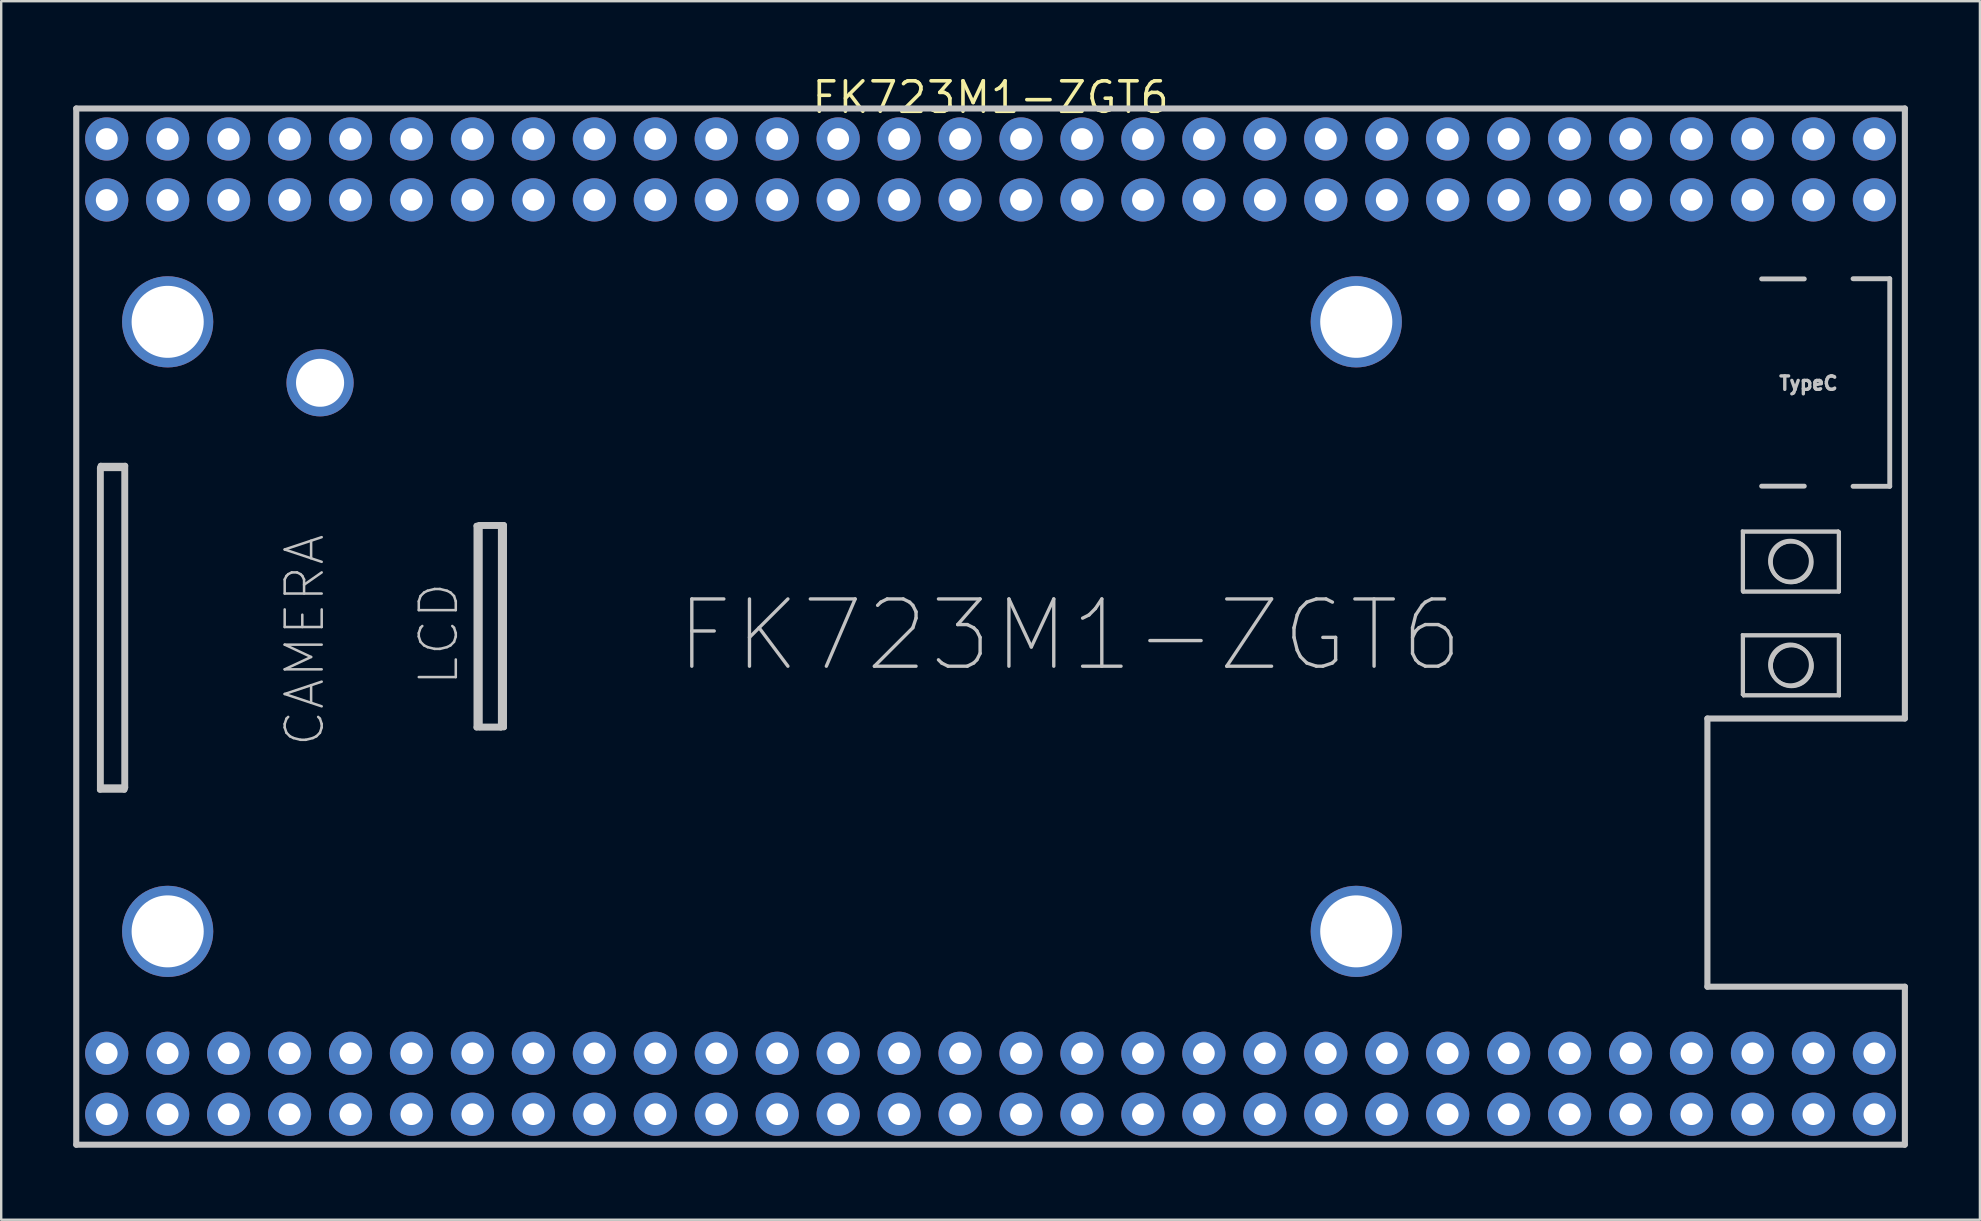
<source format=kicad_pcb>
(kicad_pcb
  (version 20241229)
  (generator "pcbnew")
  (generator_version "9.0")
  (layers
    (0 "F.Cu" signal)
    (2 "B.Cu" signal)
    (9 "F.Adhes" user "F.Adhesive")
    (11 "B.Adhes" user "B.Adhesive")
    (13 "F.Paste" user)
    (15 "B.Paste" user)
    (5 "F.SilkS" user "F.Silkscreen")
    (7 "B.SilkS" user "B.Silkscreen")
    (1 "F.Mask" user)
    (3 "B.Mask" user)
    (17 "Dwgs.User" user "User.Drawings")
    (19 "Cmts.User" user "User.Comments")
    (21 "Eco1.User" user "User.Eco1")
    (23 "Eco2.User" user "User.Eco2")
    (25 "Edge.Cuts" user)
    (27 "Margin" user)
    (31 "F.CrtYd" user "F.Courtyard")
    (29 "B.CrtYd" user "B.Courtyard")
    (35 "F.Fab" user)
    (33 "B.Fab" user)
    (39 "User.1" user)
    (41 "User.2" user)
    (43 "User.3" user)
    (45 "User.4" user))
  (footprint "FK723M1-ZGT6"
    (layer "F.Cu")
    (at 38.227 23.061)
    (property "Reference" "FK723M1-ZGT6" (at 0 -22.055 0) (layer "F.SilkS") (effects (font (size 1.27 1.27) (thickness 0.15))))
    (fp_line (start -38.1 -21.589) (end 38.101 -21.589) (stroke (width 0.254) (type default)) (layer "Dwgs.User"))
    (fp_line (start -38.1 21.59) (end -38.1 -21.589) (stroke (width 0.254) (type default)) (layer "Dwgs.User"))
    (fp_line (start -38.097 21.59) (end 38.088 21.59) (stroke (width 0.254) (type default)) (layer "Dwgs.User"))
    (fp_line (start -37.111 -6.605) (end -36.095 -6.605) (stroke (width 0.254) (type default)) (layer "Dwgs.User"))
    (fp_line (start -37.111 6.795) (end -37.111 -6.605) (stroke (width 0.254) (type default)) (layer "Dwgs.User"))
    (fp_line (start -37.078 -6.699) (end -37.078 6.701) (stroke (width 0.254) (type default)) (layer "Dwgs.User"))
    (fp_line (start -37.078 6.701) (end -36.062 6.701) (stroke (width 0.254) (type default)) (layer "Dwgs.User"))
    (fp_line (start -36.095 -6.605) (end -36.095 6.795) (stroke (width 0.254) (type default)) (layer "Dwgs.User"))
    (fp_line (start -36.095 6.795) (end -37.111 6.795) (stroke (width 0.254) (type default)) (layer "Dwgs.User"))
    (fp_line (start -36.062 -6.699) (end -37.078 -6.699) (stroke (width 0.254) (type default)) (layer "Dwgs.User"))
    (fp_line (start -36.062 6.701) (end -36.062 -6.699) (stroke (width 0.254) (type default)) (layer "Dwgs.User"))
    (fp_line (start -21.418 -4.199) (end -20.402 -4.199) (stroke (width 0.254) (type default)) (layer "Dwgs.User"))
    (fp_line (start -21.418 4.201) (end -21.418 -4.199) (stroke (width 0.254) (type default)) (layer "Dwgs.User"))
    (fp_line (start -21.303 -4.232) (end -20.287 -4.232) (stroke (width 0.254) (type default)) (layer "Dwgs.User"))
    (fp_line (start -21.303 4.168) (end -21.303 -4.232) (stroke (width 0.254) (type default)) (layer "Dwgs.User"))
    (fp_line (start -21.295 -4.208) (end -20.279 -4.208) (stroke (width 0.254) (type default)) (layer "Dwgs.User"))
    (fp_line (start -21.295 4.192) (end -21.295 -4.208) (stroke (width 0.254) (type default)) (layer "Dwgs.User"))
    (fp_line (start -20.402 -4.199) (end -20.402 4.201) (stroke (width 0.254) (type default)) (layer "Dwgs.User"))
    (fp_line (start -20.402 4.201) (end -21.418 4.201) (stroke (width 0.254) (type default)) (layer "Dwgs.User"))
    (fp_line (start -20.287 -4.232) (end -20.287 4.168) (stroke (width 0.254) (type default)) (layer "Dwgs.User"))
    (fp_line (start -20.287 4.168) (end -21.303 4.168) (stroke (width 0.254) (type default)) (layer "Dwgs.User"))
    (fp_line (start -20.279 -4.208) (end -20.279 4.192) (stroke (width 0.254) (type default)) (layer "Dwgs.User"))
    (fp_line (start -20.279 4.192) (end -21.295 4.192) (stroke (width 0.254) (type default)) (layer "Dwgs.User"))
    (fp_line (start 29.872 3.831) (end 29.872 15.006) (stroke (width 0.254) (type default)) (layer "Dwgs.User"))
    (fp_line (start 29.872 15.006) (end 38.101 15.006) (stroke (width 0.254) (type default)) (layer "Dwgs.User"))
    (fp_line (start 31.325 -3.988) (end 31.325 -1.488) (stroke (width 0.127) (type default)) (layer "Dwgs.User"))
    (fp_line (start 31.325 -1.488) (end 35.325 -1.488) (stroke (width 0.127) (type default)) (layer "Dwgs.User"))
    (fp_line (start 31.325 0.336) (end 35.325 0.336) (stroke (width 0.127) (type default)) (layer "Dwgs.User"))
    (fp_line (start 31.325 2.836) (end 31.325 0.336) (stroke (width 0.127) (type default)) (layer "Dwgs.User"))
    (fp_line (start 31.35 -3.939) (end 35.35 -3.939) (stroke (width 0.127) (type default)) (layer "Dwgs.User"))
    (fp_line (start 31.35 -1.439) (end 31.35 -3.939) (stroke (width 0.127) (type default)) (layer "Dwgs.User"))
    (fp_line (start 31.375 0.39) (end 35.375 0.39) (stroke (width 0.127) (type default)) (layer "Dwgs.User"))
    (fp_line (start 31.375 2.89) (end 31.375 0.39) (stroke (width 0.127) (type default)) (layer "Dwgs.User"))
    (fp_line (start 31.376 -3.948) (end 31.376 -1.448) (stroke (width 0.127) (type default)) (layer "Dwgs.User"))
    (fp_line (start 31.376 -1.448) (end 35.376 -1.448) (stroke (width 0.127) (type default)) (layer "Dwgs.User"))
    (fp_line (start 31.376 0.37) (end 35.376 0.37) (stroke (width 0.127) (type default)) (layer "Dwgs.User"))
    (fp_line (start 31.376 2.87) (end 31.376 0.37) (stroke (width 0.127) (type default)) (layer "Dwgs.User"))
    (fp_line (start 32.132 -14.489) (end 33.91 -14.489) (stroke (width 0.203) (type default)) (layer "Dwgs.User"))
    (fp_line (start 32.132 -5.853) (end 33.91 -5.853) (stroke (width 0.203) (type default)) (layer "Dwgs.User"))
    (fp_line (start 35.325 -3.988) (end 31.325 -3.988) (stroke (width 0.127) (type default)) (layer "Dwgs.User"))
    (fp_line (start 35.325 -1.488) (end 35.325 -3.988) (stroke (width 0.127) (type default)) (layer "Dwgs.User"))
    (fp_line (start 35.325 0.336) (end 35.325 2.836) (stroke (width 0.127) (type default)) (layer "Dwgs.User"))
    (fp_line (start 35.325 2.836) (end 31.325 2.836) (stroke (width 0.127) (type default)) (layer "Dwgs.User"))
    (fp_line (start 35.35 -3.939) (end 35.35 -1.439) (stroke (width 0.127) (type default)) (layer "Dwgs.User"))
    (fp_line (start 35.35 -1.439) (end 31.35 -1.439) (stroke (width 0.127) (type default)) (layer "Dwgs.User"))
    (fp_line (start 35.375 0.39) (end 35.375 2.89) (stroke (width 0.127) (type default)) (layer "Dwgs.User"))
    (fp_line (start 35.375 2.89) (end 31.375 2.89) (stroke (width 0.127) (type default)) (layer "Dwgs.User"))
    (fp_line (start 35.376 -3.948) (end 31.376 -3.948) (stroke (width 0.127) (type default)) (layer "Dwgs.User"))
    (fp_line (start 35.376 -1.448) (end 35.376 -3.948) (stroke (width 0.127) (type default)) (layer "Dwgs.User"))
    (fp_line (start 35.376 0.37) (end 35.376 2.87) (stroke (width 0.127) (type default)) (layer "Dwgs.User"))
    (fp_line (start 35.376 2.87) (end 31.376 2.87) (stroke (width 0.127) (type default)) (layer "Dwgs.User"))
    (fp_line (start 35.941 -14.496) (end 37.47 -14.496) (stroke (width 0.203) (type default)) (layer "Dwgs.User"))
    (fp_line (start 37.47 -14.496) (end 37.47 -5.846) (stroke (width 0.203) (type default)) (layer "Dwgs.User"))
    (fp_line (start 37.47 -5.846) (end 35.941 -5.846) (stroke (width 0.203) (type default)) (layer "Dwgs.User"))
    (fp_line (start 38.101 3.827) (end 38.101 -21.589) (stroke (width 0.254) (type default)) (layer "Dwgs.User"))
    (fp_line (start 38.101 3.831) (end 29.872 3.831) (stroke (width 0.254) (type default)) (layer "Dwgs.User"))
    (fp_line (start 38.101 21.59) (end 38.101 15.009) (stroke (width 0.254) (type default)) (layer "Dwgs.User"))
    (fp_arc (start 34.175 -2.7335) (mid 32.474984 -2.74545) (end 34.175 -2.738) (stroke (width 0.15) (type default)) (layer "Dwgs.User"))
    (fp_arc (start 34.175 1.5908) (mid 32.474984 1.57885) (end 34.175 1.5863) (stroke (width 0.15) (type default)) (layer "Dwgs.User"))
    (fp_arc (start 34.1998 -2.6845) (mid 32.499797 -2.6867) (end 34.1998 -2.6889) (stroke (width 0.15) (type default)) (layer "Dwgs.User"))
    (fp_arc (start 34.2252 1.6444) (mid 32.525197 1.6422) (end 34.2252 1.64) (stroke (width 0.15) (type default)) (layer "Dwgs.User"))
    (fp_arc (start 34.2258 -2.6935) (mid 32.525797 -2.6957) (end 34.2258 -2.6979) (stroke (width 0.15) (type default)) (layer "Dwgs.User"))
    (fp_arc (start 34.2258 1.6245) (mid 32.525797 1.6223) (end 34.2258 1.6201) (stroke (width 0.15) (type default)) (layer "Dwgs.User"))
    (fp_text user "CAMERA" (at -29.482 5.08 90) (unlocked yes) (layer "Dwgs.User") (effects (font (size 1.542 1.542) (thickness 0.105)) (justify left top)))
    (fp_text user "TypeC" (at 32.791 -10.466 0) (unlocked yes) (layer "Dwgs.User") (effects (font (size 0.56 0.56) (thickness 0.175)) (justify left top)))
    (fp_text user "FK723M1-ZGT6" (at -13.208 -1.279 0) (unlocked yes) (layer "Dwgs.User") (effects (font (size 2.803 2.803) (thickness 0.14)) (justify left top)))
    (fp_text user "LCD" (at -23.894 2.54 90) (unlocked yes) (layer "Dwgs.User") (effects (font (size 1.542 1.542) (thickness 0.105)) (justify left top)))
    (pad "0" thru_hole oval (at -34.29 -12.7) (size 3.8 3.8) (drill oval 3.005 3) (layers "*.Cu" "*.Mask"))
    (pad "0" thru_hole oval (at -34.29 12.7) (size 3.8 3.8) (drill oval 3.005 3) (layers "*.Cu" "*.Mask"))
    (pad "0" thru_hole oval (at -27.94 -10.16) (size 2.8 2.8) (drill oval 2.005 2) (layers "*.Cu" "*.Mask"))
    (pad "0" thru_hole oval (at 15.24 -12.7) (size 3.8 3.8) (drill oval 3.005 3) (layers "*.Cu" "*.Mask"))
    (pad "0" thru_hole oval (at 15.24 12.7) (size 3.8 3.8) (drill oval 3.005 3) (layers "*.Cu" "*.Mask"))
    (pad "1" thru_hole oval (at 36.83 -20.32 180) (size 1.8 1.8) (drill oval 0.905 0.9) (layers "*.Cu" "*.Mask"))
    (pad "2" thru_hole oval (at 36.83 -17.78 180) (size 1.8 1.8) (drill oval 0.905 0.9) (layers "*.Cu" "*.Mask"))
    (pad "3" thru_hole oval (at 34.29 -20.32 180) (size 1.8 1.8) (drill oval 0.905 0.9) (layers "*.Cu" "*.Mask"))
    (pad "4" thru_hole oval (at 34.29 -17.78 180) (size 1.8 1.8) (drill oval 0.905 0.9) (layers "*.Cu" "*.Mask"))
    (pad "5" thru_hole oval (at 31.75 -20.32 180) (size 1.8 1.8) (drill oval 0.905 0.9) (layers "*.Cu" "*.Mask"))
    (pad "6" thru_hole oval (at 31.75 -17.78 180) (size 1.8 1.8) (drill oval 0.905 0.9) (layers "*.Cu" "*.Mask"))
    (pad "7" thru_hole oval (at 29.21 -20.32 180) (size 1.8 1.8) (drill oval 0.905 0.9) (layers "*.Cu" "*.Mask"))
    (pad "8" thru_hole oval (at 29.21 -17.78 180) (size 1.8 1.8) (drill oval 0.905 0.9) (layers "*.Cu" "*.Mask"))
    (pad "9" thru_hole oval (at 26.67 -20.32 180) (size 1.8 1.8) (drill oval 0.905 0.9) (layers "*.Cu" "*.Mask"))
    (pad "10" thru_hole oval (at 26.67 -17.78 180) (size 1.8 1.8) (drill oval 0.905 0.9) (layers "*.Cu" "*.Mask"))
    (pad "11" thru_hole oval (at 24.13 -20.32 180) (size 1.8 1.8) (drill oval 0.905 0.9) (layers "*.Cu" "*.Mask"))
    (pad "12" thru_hole oval (at 24.13 -17.78 180) (size 1.8 1.8) (drill oval 0.905 0.9) (layers "*.Cu" "*.Mask"))
    (pad "13" thru_hole oval (at 21.59 -20.32 180) (size 1.8 1.8) (drill oval 0.905 0.9) (layers "*.Cu" "*.Mask"))
    (pad "14" thru_hole oval (at 21.59 -17.78 180) (size 1.8 1.8) (drill oval 0.905 0.9) (layers "*.Cu" "*.Mask"))
    (pad "15" thru_hole oval (at 19.05 -20.32 180) (size 1.8 1.8) (drill oval 0.905 0.9) (layers "*.Cu" "*.Mask"))
    (pad "16" thru_hole oval (at 19.05 -17.78 180) (size 1.8 1.8) (drill oval 0.905 0.9) (layers "*.Cu" "*.Mask"))
    (pad "17" thru_hole oval (at 16.51 -20.32 180) (size 1.8 1.8) (drill oval 0.905 0.9) (layers "*.Cu" "*.Mask"))
    (pad "18" thru_hole oval (at 16.51 -17.78 180) (size 1.8 1.8) (drill oval 0.905 0.9) (layers "*.Cu" "*.Mask"))
    (pad "19" thru_hole oval (at 13.97 -20.32 180) (size 1.8 1.8) (drill oval 0.905 0.9) (layers "*.Cu" "*.Mask"))
    (pad "20" thru_hole oval (at 13.97 -17.78 180) (size 1.8 1.8) (drill oval 0.905 0.9) (layers "*.Cu" "*.Mask"))
    (pad "21" thru_hole oval (at 11.43 -20.32 180) (size 1.8 1.8) (drill oval 0.905 0.9) (layers "*.Cu" "*.Mask"))
    (pad "22" thru_hole oval (at 11.43 -17.78 180) (size 1.8 1.8) (drill oval 0.905 0.9) (layers "*.Cu" "*.Mask"))
    (pad "23" thru_hole oval (at 8.89 -20.32 180) (size 1.8 1.8) (drill oval 0.905 0.9) (layers "*.Cu" "*.Mask"))
    (pad "24" thru_hole oval (at 8.89 -17.78 180) (size 1.8 1.8) (drill oval 0.905 0.9) (layers "*.Cu" "*.Mask"))
    (pad "25" thru_hole oval (at 6.35 -20.32 180) (size 1.8 1.8) (drill oval 0.905 0.9) (layers "*.Cu" "*.Mask"))
    (pad "26" thru_hole oval (at 6.35 -17.78 180) (size 1.8 1.8) (drill oval 0.905 0.9) (layers "*.Cu" "*.Mask"))
    (pad "27" thru_hole oval (at 3.81 -20.32 180) (size 1.8 1.8) (drill oval 0.905 0.9) (layers "*.Cu" "*.Mask"))
    (pad "28" thru_hole oval (at 3.81 -17.78 180) (size 1.8 1.8) (drill oval 0.905 0.9) (layers "*.Cu" "*.Mask"))
    (pad "29" thru_hole oval (at 1.27 -20.32 180) (size 1.8 1.8) (drill oval 0.905 0.9) (layers "*.Cu" "*.Mask"))
    (pad "30" thru_hole oval (at 1.27 -17.78 180) (size 1.8 1.8) (drill oval 0.905 0.9) (layers "*.Cu" "*.Mask"))
    (pad "31" thru_hole oval (at -1.27 -20.32 180) (size 1.8 1.8) (drill oval 0.905 0.9) (layers "*.Cu" "*.Mask"))
    (pad "32" thru_hole oval (at -1.27 -17.78 180) (size 1.8 1.8) (drill oval 0.905 0.9) (layers "*.Cu" "*.Mask"))
    (pad "33" thru_hole oval (at -3.81 -20.32 180) (size 1.8 1.8) (drill oval 0.905 0.9) (layers "*.Cu" "*.Mask"))
    (pad "34" thru_hole oval (at -3.81 -17.78 180) (size 1.8 1.8) (drill oval 0.905 0.9) (layers "*.Cu" "*.Mask"))
    (pad "35" thru_hole oval (at -6.35 -20.32 180) (size 1.8 1.8) (drill oval 0.905 0.9) (layers "*.Cu" "*.Mask"))
    (pad "36" thru_hole oval (at -6.35 -17.78 180) (size 1.8 1.8) (drill oval 0.905 0.9) (layers "*.Cu" "*.Mask"))
    (pad "37" thru_hole oval (at -8.89 -20.32 180) (size 1.8 1.8) (drill oval 0.905 0.9) (layers "*.Cu" "*.Mask"))
    (pad "38" thru_hole oval (at -8.89 -17.78 180) (size 1.8 1.8) (drill oval 0.905 0.9) (layers "*.Cu" "*.Mask"))
    (pad "39" thru_hole oval (at -11.43 -20.32 180) (size 1.8 1.8) (drill oval 0.905 0.9) (layers "*.Cu" "*.Mask"))
    (pad "40" thru_hole oval (at -11.43 -17.78 180) (size 1.8 1.8) (drill oval 0.905 0.9) (layers "*.Cu" "*.Mask"))
    (pad "41" thru_hole oval (at -13.97 -20.32 180) (size 1.8 1.8) (drill oval 0.905 0.9) (layers "*.Cu" "*.Mask"))
    (pad "42" thru_hole oval (at -13.97 -17.78 180) (size 1.8 1.8) (drill oval 0.905 0.9) (layers "*.Cu" "*.Mask"))
    (pad "43" thru_hole oval (at -16.51 -20.32 180) (size 1.8 1.8) (drill oval 0.905 0.9) (layers "*.Cu" "*.Mask"))
    (pad "44" thru_hole oval (at -16.51 -17.78 180) (size 1.8 1.8) (drill oval 0.905 0.9) (layers "*.Cu" "*.Mask"))
    (pad "45" thru_hole oval (at -19.05 -20.32 180) (size 1.8 1.8) (drill oval 0.905 0.9) (layers "*.Cu" "*.Mask"))
    (pad "46" thru_hole oval (at -19.05 -17.78 180) (size 1.8 1.8) (drill oval 0.905 0.9) (layers "*.Cu" "*.Mask"))
    (pad "47" thru_hole oval (at -21.59 -20.32 180) (size 1.8 1.8) (drill oval 0.905 0.9) (layers "*.Cu" "*.Mask"))
    (pad "48" thru_hole oval (at -21.59 -17.78 180) (size 1.8 1.8) (drill oval 0.905 0.9) (layers "*.Cu" "*.Mask"))
    (pad "49" thru_hole oval (at -24.13 -20.32 180) (size 1.8 1.8) (drill oval 0.905 0.9) (layers "*.Cu" "*.Mask"))
    (pad "50" thru_hole oval (at -24.13 -17.78 180) (size 1.8 1.8) (drill oval 0.905 0.9) (layers "*.Cu" "*.Mask"))
    (pad "51" thru_hole oval (at -26.67 -20.32 180) (size 1.8 1.8) (drill oval 0.905 0.9) (layers "*.Cu" "*.Mask"))
    (pad "52" thru_hole oval (at -26.67 -17.78 180) (size 1.8 1.8) (drill oval 0.905 0.9) (layers "*.Cu" "*.Mask"))
    (pad "53" thru_hole oval (at -29.21 -20.32 180) (size 1.8 1.8) (drill oval 0.905 0.9) (layers "*.Cu" "*.Mask"))
    (pad "54" thru_hole oval (at -29.21 -17.78 180) (size 1.8 1.8) (drill oval 0.905 0.9) (layers "*.Cu" "*.Mask"))
    (pad "55" thru_hole oval (at -31.75 -20.32 180) (size 1.8 1.8) (drill oval 0.905 0.9) (layers "*.Cu" "*.Mask"))
    (pad "56" thru_hole oval (at -31.75 -17.78 180) (size 1.8 1.8) (drill oval 0.905 0.9) (layers "*.Cu" "*.Mask"))
    (pad "57" thru_hole oval (at -34.29 -20.32 180) (size 1.8 1.8) (drill oval 0.905 0.9) (layers "*.Cu" "*.Mask"))
    (pad "58" thru_hole oval (at -34.29 -17.78 180) (size 1.8 1.8) (drill oval 0.905 0.9) (layers "*.Cu" "*.Mask"))
    (pad "59" thru_hole oval (at -36.83 -20.32 180) (size 1.8 1.8) (drill oval 0.905 0.9) (layers "*.Cu" "*.Mask"))
    (pad "60" thru_hole oval (at -36.83 -17.78 180) (size 1.8 1.8) (drill oval 0.905 0.9) (layers "*.Cu" "*.Mask"))
    (pad "61" thru_hole oval (at 36.83 17.78) (size 1.8 1.8) (drill oval 0.905 0.9) (layers "*.Cu" "*.Mask"))
    (pad "62" thru_hole oval (at 36.83 20.32) (size 1.8 1.8) (drill oval 0.905 0.9) (layers "*.Cu" "*.Mask"))
    (pad "63" thru_hole oval (at 34.29 17.78) (size 1.8 1.8) (drill oval 0.905 0.9) (layers "*.Cu" "*.Mask"))
    (pad "64" thru_hole oval (at 34.29 20.32) (size 1.8 1.8) (drill oval 0.905 0.9) (layers "*.Cu" "*.Mask"))
    (pad "65" thru_hole oval (at 31.75 17.78) (size 1.8 1.8) (drill oval 0.905 0.9) (layers "*.Cu" "*.Mask"))
    (pad "66" thru_hole oval (at 31.75 20.32) (size 1.8 1.8) (drill oval 0.905 0.9) (layers "*.Cu" "*.Mask"))
    (pad "67" thru_hole oval (at 29.21 17.78) (size 1.8 1.8) (drill oval 0.905 0.9) (layers "*.Cu" "*.Mask"))
    (pad "68" thru_hole oval (at 29.21 20.32) (size 1.8 1.8) (drill oval 0.905 0.9) (layers "*.Cu" "*.Mask"))
    (pad "69" thru_hole oval (at 26.67 17.78) (size 1.8 1.8) (drill oval 0.905 0.9) (layers "*.Cu" "*.Mask"))
    (pad "70" thru_hole oval (at 26.67 20.32) (size 1.8 1.8) (drill oval 0.905 0.9) (layers "*.Cu" "*.Mask"))
    (pad "71" thru_hole oval (at 24.13 17.78) (size 1.8 1.8) (drill oval 0.905 0.9) (layers "*.Cu" "*.Mask"))
    (pad "72" thru_hole oval (at 24.13 20.32) (size 1.8 1.8) (drill oval 0.905 0.9) (layers "*.Cu" "*.Mask"))
    (pad "73" thru_hole oval (at 21.59 17.78) (size 1.8 1.8) (drill oval 0.905 0.9) (layers "*.Cu" "*.Mask"))
    (pad "74" thru_hole oval (at 21.59 20.32) (size 1.8 1.8) (drill oval 0.905 0.9) (layers "*.Cu" "*.Mask"))
    (pad "75" thru_hole oval (at 19.05 17.78) (size 1.8 1.8) (drill oval 0.905 0.9) (layers "*.Cu" "*.Mask"))
    (pad "76" thru_hole oval (at 19.05 20.32) (size 1.8 1.8) (drill oval 0.905 0.9) (layers "*.Cu" "*.Mask"))
    (pad "77" thru_hole oval (at 16.51 17.78) (size 1.8 1.8) (drill oval 0.905 0.9) (layers "*.Cu" "*.Mask"))
    (pad "78" thru_hole oval (at 16.51 20.32) (size 1.8 1.8) (drill oval 0.905 0.9) (layers "*.Cu" "*.Mask"))
    (pad "79" thru_hole oval (at 13.97 17.78) (size 1.8 1.8) (drill oval 0.905 0.9) (layers "*.Cu" "*.Mask"))
    (pad "80" thru_hole oval (at 13.97 20.32) (size 1.8 1.8) (drill oval 0.905 0.9) (layers "*.Cu" "*.Mask"))
    (pad "81" thru_hole oval (at 11.43 17.78) (size 1.8 1.8) (drill oval 0.905 0.9) (layers "*.Cu" "*.Mask"))
    (pad "82" thru_hole oval (at 11.43 20.32) (size 1.8 1.8) (drill oval 0.905 0.9) (layers "*.Cu" "*.Mask"))
    (pad "83" thru_hole oval (at 8.89 17.78) (size 1.8 1.8) (drill oval 0.905 0.9) (layers "*.Cu" "*.Mask"))
    (pad "84" thru_hole oval (at 8.89 20.32) (size 1.8 1.8) (drill oval 0.905 0.9) (layers "*.Cu" "*.Mask"))
    (pad "85" thru_hole oval (at 6.35 17.78) (size 1.8 1.8) (drill oval 0.905 0.9) (layers "*.Cu" "*.Mask"))
    (pad "86" thru_hole oval (at 6.35 20.32) (size 1.8 1.8) (drill oval 0.905 0.9) (layers "*.Cu" "*.Mask"))
    (pad "87" thru_hole oval (at 3.81 17.78) (size 1.8 1.8) (drill oval 0.905 0.9) (layers "*.Cu" "*.Mask"))
    (pad "88" thru_hole oval (at 3.81 20.32) (size 1.8 1.8) (drill oval 0.905 0.9) (layers "*.Cu" "*.Mask"))
    (pad "89" thru_hole oval (at 1.27 17.78) (size 1.8 1.8) (drill oval 0.905 0.9) (layers "*.Cu" "*.Mask"))
    (pad "90" thru_hole oval (at 1.27 20.32) (size 1.8 1.8) (drill oval 0.905 0.9) (layers "*.Cu" "*.Mask"))
    (pad "91" thru_hole oval (at -1.27 17.78) (size 1.8 1.8) (drill oval 0.905 0.9) (layers "*.Cu" "*.Mask"))
    (pad "92" thru_hole oval (at -1.27 20.32) (size 1.8 1.8) (drill oval 0.905 0.9) (layers "*.Cu" "*.Mask"))
    (pad "93" thru_hole oval (at -3.81 17.78) (size 1.8 1.8) (drill oval 0.905 0.9) (layers "*.Cu" "*.Mask"))
    (pad "94" thru_hole oval (at -3.81 20.32) (size 1.8 1.8) (drill oval 0.905 0.9) (layers "*.Cu" "*.Mask"))
    (pad "95" thru_hole oval (at -6.35 17.78) (size 1.8 1.8) (drill oval 0.905 0.9) (layers "*.Cu" "*.Mask"))
    (pad "96" thru_hole oval (at -6.35 20.32) (size 1.8 1.8) (drill oval 0.905 0.9) (layers "*.Cu" "*.Mask"))
    (pad "97" thru_hole oval (at -8.89 17.78) (size 1.8 1.8) (drill oval 0.905 0.9) (layers "*.Cu" "*.Mask"))
    (pad "98" thru_hole oval (at -8.89 20.32) (size 1.8 1.8) (drill oval 0.905 0.9) (layers "*.Cu" "*.Mask"))
    (pad "99" thru_hole oval (at -11.43 17.78) (size 1.8 1.8) (drill oval 0.905 0.9) (layers "*.Cu" "*.Mask"))
    (pad "100" thru_hole oval (at -11.43 20.32) (size 1.8 1.8) (drill oval 0.905 0.9) (layers "*.Cu" "*.Mask"))
    (pad "101" thru_hole oval (at -13.97 17.78) (size 1.8 1.8) (drill oval 0.905 0.9) (layers "*.Cu" "*.Mask"))
    (pad "102" thru_hole oval (at -13.97 20.32) (size 1.8 1.8) (drill oval 0.905 0.9) (layers "*.Cu" "*.Mask"))
    (pad "103" thru_hole oval (at -16.51 17.78) (size 1.8 1.8) (drill oval 0.905 0.9) (layers "*.Cu" "*.Mask"))
    (pad "104" thru_hole oval (at -16.51 20.32) (size 1.8 1.8) (drill oval 0.905 0.9) (layers "*.Cu" "*.Mask"))
    (pad "105" thru_hole oval (at -19.05 17.78) (size 1.8 1.8) (drill oval 0.905 0.9) (layers "*.Cu" "*.Mask"))
    (pad "106" thru_hole oval (at -19.05 20.32) (size 1.8 1.8) (drill oval 0.905 0.9) (layers "*.Cu" "*.Mask"))
    (pad "107" thru_hole oval (at -21.59 17.78) (size 1.8 1.8) (drill oval 0.905 0.9) (layers "*.Cu" "*.Mask"))
    (pad "108" thru_hole oval (at -21.59 20.32) (size 1.8 1.8) (drill oval 0.905 0.9) (layers "*.Cu" "*.Mask"))
    (pad "109" thru_hole oval (at -24.13 17.78) (size 1.8 1.8) (drill oval 0.905 0.9) (layers "*.Cu" "*.Mask"))
    (pad "110" thru_hole oval (at -24.13 20.32) (size 1.8 1.8) (drill oval 0.905 0.9) (layers "*.Cu" "*.Mask"))
    (pad "111" thru_hole oval (at -26.67 17.78) (size 1.8 1.8) (drill oval 0.905 0.9) (layers "*.Cu" "*.Mask"))
    (pad "112" thru_hole oval (at -26.67 20.32) (size 1.8 1.8) (drill oval 0.905 0.9) (layers "*.Cu" "*.Mask"))
    (pad "113" thru_hole oval (at -29.21 17.78) (size 1.8 1.8) (drill oval 0.905 0.9) (layers "*.Cu" "*.Mask"))
    (pad "114" thru_hole oval (at -29.21 20.32) (size 1.8 1.8) (drill oval 0.905 0.9) (layers "*.Cu" "*.Mask"))
    (pad "115" thru_hole oval (at -31.75 17.78) (size 1.8 1.8) (drill oval 0.905 0.9) (layers "*.Cu" "*.Mask"))
    (pad "116" thru_hole oval (at -31.75 20.32) (size 1.8 1.8) (drill oval 0.905 0.9) (layers "*.Cu" "*.Mask"))
    (pad "117" thru_hole oval (at -34.29 17.78) (size 1.8 1.8) (drill oval 0.905 0.9) (layers "*.Cu" "*.Mask"))
    (pad "118" thru_hole oval (at -34.29 20.32) (size 1.8 1.8) (drill oval 0.905 0.9) (layers "*.Cu" "*.Mask"))
    (pad "119" thru_hole oval (at -36.83 17.78) (size 1.8 1.8) (drill oval 0.905 0.9) (layers "*.Cu" "*.Mask"))
    (pad "120" thru_hole oval (at -36.83 20.32) (size 1.8 1.8) (drill oval 0.905 0.9) (layers "*.Cu" "*.Mask"))
    (zone (net_name "") (layer "Dwgs.User") (hatch edge 0.5) (priority 100) (connect_pads yes) (min_thickness 0) (filled_areas_thickness no) (fill yes) (polygon (pts (xy 5.436 15.688) (xy 2.438 15.688) (xy 2.438 17.694) (xy 5.436 17.694))) (filled_polygon (layer "Dwgs.User") (island) (pts (xy 5.436 15.688) (xy 2.438 15.688) (xy 2.438 17.694) (xy 5.436 17.694))))
    (zone (net_name "") (layer "Dwgs.User") (hatch edge 0.5) (priority 100) (connect_pads yes) (min_thickness 0) (filled_areas_thickness no) (fill yes) (polygon (pts (xy 5.489 28.586) (xy 2.492 28.586) (xy 2.492 30.593) (xy 5.489 30.593))) (filled_polygon (layer "Dwgs.User") (island) (pts (xy 5.489 28.586) (xy 2.492 28.586) (xy 2.492 30.593) (xy 5.489 30.593))))
    (zone (net_name "") (layer "Dwgs.User") (hatch edge 0.5) (priority 100) (connect_pads yes) (min_thickness 0) (filled_areas_thickness no) (fill yes) (polygon (pts (xy 7.377 18.169) (xy 5.37 18.169) (xy 5.37 18.474) (xy 7.377 18.474))) (filled_polygon (layer "Dwgs.User") (island) (pts (xy 7.377 18.169) (xy 5.37 18.169) (xy 5.37 18.474) (xy 7.377 18.474))))
    (zone (net_name "") (layer "Dwgs.User") (hatch edge 0.5) (priority 100) (connect_pads yes) (min_thickness 0) (filled_areas_thickness no) (fill yes) (polygon (pts (xy 7.377 18.677) (xy 5.37 18.677) (xy 5.37 18.982) (xy 7.377 18.982))) (filled_polygon (layer "Dwgs.User") (island) (pts (xy 7.377 18.677) (xy 5.37 18.677) (xy 5.37 18.982) (xy 7.377 18.982))))
    (zone (net_name "") (layer "Dwgs.User") (hatch edge 0.5) (priority 100) (connect_pads yes) (min_thickness 0) (filled_areas_thickness no) (fill yes) (polygon (pts (xy 7.377 19.185) (xy 5.37 19.185) (xy 5.37 19.49) (xy 7.377 19.49))) (filled_polygon (layer "Dwgs.User") (island) (pts (xy 7.377 19.185) (xy 5.37 19.185) (xy 5.37 19.49) (xy 7.377 19.49))))
    (zone (net_name "") (layer "Dwgs.User") (hatch edge 0.5) (priority 100) (connect_pads yes) (min_thickness 0) (filled_areas_thickness no) (fill yes) (polygon (pts (xy 7.377 19.693) (xy 5.37 19.693) (xy 5.37 19.998) (xy 7.377 19.998))) (filled_polygon (layer "Dwgs.User") (island) (pts (xy 7.377 19.693) (xy 5.37 19.693) (xy 5.37 19.998) (xy 7.377 19.998))))
    (zone (net_name "") (layer "Dwgs.User") (hatch edge 0.5) (priority 100) (connect_pads yes) (min_thickness 0) (filled_areas_thickness no) (fill yes) (polygon (pts (xy 7.377 20.201) (xy 5.37 20.201) (xy 5.37 20.506) (xy 7.377 20.506))) (filled_polygon (layer "Dwgs.User") (island) (pts (xy 7.377 20.201) (xy 5.37 20.201) (xy 5.37 20.506) (xy 7.377 20.506))))
    (zone (net_name "") (layer "Dwgs.User") (hatch edge 0.5) (priority 100) (connect_pads yes) (min_thickness 0) (filled_areas_thickness no) (fill yes) (polygon (pts (xy 7.377 20.709) (xy 5.37 20.709) (xy 5.37 21.014) (xy 7.377 21.014))) (filled_polygon (layer "Dwgs.User") (island) (pts (xy 7.377 20.709) (xy 5.37 20.709) (xy 5.37 21.014) (xy 7.377 21.014))))
    (zone (net_name "") (layer "Dwgs.User") (hatch edge 0.5) (priority 100) (connect_pads yes) (min_thickness 0) (filled_areas_thickness no) (fill yes) (polygon (pts (xy 7.377 21.217) (xy 5.37 21.217) (xy 5.37 21.522) (xy 7.377 21.522))) (filled_polygon (layer "Dwgs.User") (island) (pts (xy 7.377 21.217) (xy 5.37 21.217) (xy 5.37 21.522) (xy 7.377 21.522))))
    (zone (net_name "") (layer "Dwgs.User") (hatch edge 0.5) (priority 100) (connect_pads yes) (min_thickness 0) (filled_areas_thickness no) (fill yes) (polygon (pts (xy 7.377 21.725) (xy 5.37 21.725) (xy 5.37 22.03) (xy 7.377 22.03))) (filled_polygon (layer "Dwgs.User") (island) (pts (xy 7.377 21.725) (xy 5.37 21.725) (xy 5.37 22.03) (xy 7.377 22.03))))
    (zone (net_name "") (layer "Dwgs.User") (hatch edge 0.5) (priority 100) (connect_pads yes) (min_thickness 0) (filled_areas_thickness no) (fill yes) (polygon (pts (xy 7.377 22.233) (xy 5.37 22.233) (xy 5.37 22.538) (xy 7.377 22.538))) (filled_polygon (layer "Dwgs.User") (island) (pts (xy 7.377 22.233) (xy 5.37 22.233) (xy 5.37 22.538) (xy 7.377 22.538))))
    (zone (net_name "") (layer "Dwgs.User") (hatch edge 0.5) (priority 100) (connect_pads yes) (min_thickness 0) (filled_areas_thickness no) (fill yes) (polygon (pts (xy 7.377 22.741) (xy 5.37 22.741) (xy 5.37 23.046) (xy 7.377 23.046))) (filled_polygon (layer "Dwgs.User") (island) (pts (xy 7.377 22.741) (xy 5.37 22.741) (xy 5.37 23.046) (xy 7.377 23.046))))
    (zone (net_name "") (layer "Dwgs.User") (hatch edge 0.5) (priority 100) (connect_pads yes) (min_thickness 0) (filled_areas_thickness no) (fill yes) (polygon (pts (xy 7.377 23.249) (xy 5.37 23.249) (xy 5.37 23.554) (xy 7.377 23.554))) (filled_polygon (layer "Dwgs.User") (island) (pts (xy 7.377 23.249) (xy 5.37 23.249) (xy 5.37 23.554) (xy 7.377 23.554))))
    (zone (net_name "") (layer "Dwgs.User") (hatch edge 0.5) (priority 100) (connect_pads yes) (min_thickness 0) (filled_areas_thickness no) (fill yes) (polygon (pts (xy 7.377 23.757) (xy 5.37 23.757) (xy 5.37 24.062) (xy 7.377 24.062))) (filled_polygon (layer "Dwgs.User") (island) (pts (xy 7.377 23.757) (xy 5.37 23.757) (xy 5.37 24.062) (xy 7.377 24.062))))
    (zone (net_name "") (layer "Dwgs.User") (hatch edge 0.5) (priority 100) (connect_pads yes) (min_thickness 0) (filled_areas_thickness no) (fill yes) (polygon (pts (xy 7.377 24.265) (xy 5.37 24.265) (xy 5.37 24.57) (xy 7.377 24.57))) (filled_polygon (layer "Dwgs.User") (island) (pts (xy 7.377 24.265) (xy 5.37 24.265) (xy 5.37 24.57) (xy 7.377 24.57))))
    (zone (net_name "") (layer "Dwgs.User") (hatch edge 0.5) (priority 100) (connect_pads yes) (min_thickness 0) (filled_areas_thickness no) (fill yes) (polygon (pts (xy 7.377 24.773) (xy 5.37 24.773) (xy 5.37 25.078) (xy 7.377 25.078))) (filled_polygon (layer "Dwgs.User") (island) (pts (xy 7.377 24.773) (xy 5.37 24.773) (xy 5.37 25.078) (xy 7.377 25.078))))
    (zone (net_name "") (layer "Dwgs.User") (hatch edge 0.5) (priority 100) (connect_pads yes) (min_thickness 0) (filled_areas_thickness no) (fill yes) (polygon (pts (xy 7.377 25.281) (xy 5.37 25.281) (xy 5.37 25.586) (xy 7.377 25.586))) (filled_polygon (layer "Dwgs.User") (island) (pts (xy 7.377 25.281) (xy 5.37 25.281) (xy 5.37 25.586) (xy 7.377 25.586))))
    (zone (net_name "") (layer "Dwgs.User") (hatch edge 0.5) (priority 100) (connect_pads yes) (min_thickness 0) (filled_areas_thickness no) (fill yes) (polygon (pts (xy 7.377 25.789) (xy 5.37 25.789) (xy 5.37 26.094) (xy 7.377 26.094))) (filled_polygon (layer "Dwgs.User") (island) (pts (xy 7.377 25.789) (xy 5.37 25.789) (xy 5.37 26.094) (xy 7.377 26.094))))
    (zone (net_name "") (layer "Dwgs.User") (hatch edge 0.5) (priority 100) (connect_pads yes) (min_thickness 0) (filled_areas_thickness no) (fill yes) (polygon (pts (xy 7.377 26.297) (xy 5.37 26.297) (xy 5.37 26.602) (xy 7.377 26.602))) (filled_polygon (layer "Dwgs.User") (island) (pts (xy 7.377 26.297) (xy 5.37 26.297) (xy 5.37 26.602) (xy 7.377 26.602))))
    (zone (net_name "") (layer "Dwgs.User") (hatch edge 0.5) (priority 100) (connect_pads yes) (min_thickness 0) (filled_areas_thickness no) (fill yes) (polygon (pts (xy 7.377 26.805) (xy 5.37 26.805) (xy 5.37 27.11) (xy 7.377 27.11))) (filled_polygon (layer "Dwgs.User") (island) (pts (xy 7.377 26.805) (xy 5.37 26.805) (xy 5.37 27.11) (xy 7.377 27.11))))
    (zone (net_name "") (layer "Dwgs.User") (hatch edge 0.5) (priority 100) (connect_pads yes) (min_thickness 0) (filled_areas_thickness no) (fill yes) (polygon (pts (xy 7.377 27.313) (xy 5.37 27.313) (xy 5.37 27.618) (xy 7.377 27.618))) (filled_polygon (layer "Dwgs.User") (island) (pts (xy 7.377 27.313) (xy 5.37 27.313) (xy 5.37 27.618) (xy 7.377 27.618))))
    (zone (net_name "") (layer "Dwgs.User") (hatch edge 0.5) (priority 100) (connect_pads yes) (min_thickness 0) (filled_areas_thickness no) (fill yes) (polygon (pts (xy 7.377 27.821) (xy 5.37 27.821) (xy 5.37 28.126) (xy 7.377 28.126))) (filled_polygon (layer "Dwgs.User") (island) (pts (xy 7.377 27.821) (xy 5.37 27.821) (xy 5.37 28.126) (xy 7.377 28.126))))
    (zone (net_name "") (layer "Dwgs.User") (hatch edge 0.5) (priority 100) (connect_pads yes) (min_thickness 0) (filled_areas_thickness no) (fill yes) (polygon (pts (xy 21.37 18.107) (xy 18.373 18.107) (xy 18.373 20.113) (xy 21.37 20.113))) (filled_polygon (layer "Dwgs.User") (island) (pts (xy 21.37 18.107) (xy 18.373 18.107) (xy 18.373 20.113) (xy 21.37 20.113))))
    (zone (net_name "") (layer "Dwgs.User") (hatch edge 0.5) (priority 100) (connect_pads yes) (min_thickness 0) (filled_areas_thickness no) (fill yes) (polygon (pts (xy 21.37 25.981) (xy 18.373 25.981) (xy 18.373 27.987) (xy 21.37 27.987))) (filled_polygon (layer "Dwgs.User") (island) (pts (xy 21.37 25.981) (xy 18.373 25.981) (xy 18.373 27.987) (xy 21.37 27.987))))
    (zone (net_name "") (layer "Dwgs.User") (hatch edge 0.5) (priority 100) (connect_pads yes) (min_thickness 0) (filled_areas_thickness no) (fill yes) (polygon (pts (xy 23.241 20.576) (xy 21.234 20.576) (xy 21.234 20.881) (xy 23.241 20.881))) (filled_polygon (layer "Dwgs.User") (island) (pts (xy 23.241 20.576) (xy 21.234 20.576) (xy 21.234 20.881) (xy 23.241 20.881))))
    (zone (net_name "") (layer "Dwgs.User") (hatch edge 0.5) (priority 100) (connect_pads yes) (min_thickness 0) (filled_areas_thickness no) (fill yes) (polygon (pts (xy 23.241 21.084) (xy 21.234 21.084) (xy 21.234 21.389) (xy 23.241 21.389))) (filled_polygon (layer "Dwgs.User") (island) (pts (xy 23.241 21.084) (xy 21.234 21.084) (xy 21.234 21.389) (xy 23.241 21.389))))
    (zone (net_name "") (layer "Dwgs.User") (hatch edge 0.5) (priority 100) (connect_pads yes) (min_thickness 0) (filled_areas_thickness no) (fill yes) (polygon (pts (xy 23.241 21.593) (xy 21.234 21.593) (xy 21.234 21.897) (xy 23.241 21.897))) (filled_polygon (layer "Dwgs.User") (island) (pts (xy 23.241 21.593) (xy 21.234 21.593) (xy 21.234 21.897) (xy 23.241 21.897))))
    (zone (net_name "") (layer "Dwgs.User") (hatch edge 0.5) (priority 100) (connect_pads yes) (min_thickness 0) (filled_areas_thickness no) (fill yes) (polygon (pts (xy 23.241 22.101) (xy 21.234 22.101) (xy 21.234 22.405) (xy 23.241 22.405))) (filled_polygon (layer "Dwgs.User") (island) (pts (xy 23.241 22.101) (xy 21.234 22.101) (xy 21.234 22.405) (xy 23.241 22.405))))
    (zone (net_name "") (layer "Dwgs.User") (hatch edge 0.5) (priority 100) (connect_pads yes) (min_thickness 0) (filled_areas_thickness no) (fill yes) (polygon (pts (xy 23.241 22.608) (xy 21.234 22.608) (xy 21.234 22.913) (xy 23.241 22.913))) (filled_polygon (layer "Dwgs.User") (island) (pts (xy 23.241 22.608) (xy 21.234 22.608) (xy 21.234 22.913) (xy 23.241 22.913))))
    (zone (net_name "") (layer "Dwgs.User") (hatch edge 0.5) (priority 100) (connect_pads yes) (min_thickness 0) (filled_areas_thickness no) (fill yes) (polygon (pts (xy 23.241 23.116) (xy 21.234 23.116) (xy 21.234 23.421) (xy 23.241 23.421))) (filled_polygon (layer "Dwgs.User") (island) (pts (xy 23.241 23.116) (xy 21.234 23.116) (xy 21.234 23.421) (xy 23.241 23.421))))
    (zone (net_name "") (layer "Dwgs.User") (hatch edge 0.5) (priority 100) (connect_pads yes) (min_thickness 0) (filled_areas_thickness no) (fill yes) (polygon (pts (xy 23.241 23.625) (xy 21.234 23.625) (xy 21.234 23.929) (xy 23.241 23.929))) (filled_polygon (layer "Dwgs.User") (island) (pts (xy 23.241 23.625) (xy 21.234 23.625) (xy 21.234 23.929) (xy 23.241 23.929))))
    (zone (net_name "") (layer "Dwgs.User") (hatch edge 0.5) (priority 100) (connect_pads yes) (min_thickness 0) (filled_areas_thickness no) (fill yes) (polygon (pts (xy 23.241 24.133) (xy 21.234 24.133) (xy 21.234 24.437) (xy 23.241 24.437))) (filled_polygon (layer "Dwgs.User") (island) (pts (xy 23.241 24.133) (xy 21.234 24.133) (xy 21.234 24.437) (xy 23.241 24.437))))
    (zone (net_name "") (layer "Dwgs.User") (hatch edge 0.5) (priority 100) (connect_pads yes) (min_thickness 0) (filled_areas_thickness no) (fill yes) (polygon (pts (xy 23.241 24.64) (xy 21.234 24.64) (xy 21.234 24.945) (xy 23.241 24.945))) (filled_polygon (layer "Dwgs.User") (island) (pts (xy 23.241 24.64) (xy 21.234 24.64) (xy 21.234 24.945) (xy 23.241 24.945))))
    (zone (net_name "") (layer "Dwgs.User") (hatch edge 0.5) (priority 100) (connect_pads yes) (min_thickness 0) (filled_areas_thickness no) (fill yes) (polygon (pts (xy 23.241 25.148) (xy 21.234 25.148) (xy 21.234 25.453) (xy 23.241 25.453))) (filled_polygon (layer "Dwgs.User") (island) (pts (xy 23.241 25.148) (xy 21.234 25.148) (xy 21.234 25.453) (xy 23.241 25.453))))
    (zone (net_name "") (layer "Dwgs.User") (hatch edge 0.5) (priority 100) (connect_pads yes) (min_thickness 0) (filled_areas_thickness no) (fill yes) (polygon (pts (xy 64.533 29.192) (xy 75.836 29.192) (xy 75.836 28.303) (xy 64.533 28.303))) (filled_polygon (layer "Dwgs.User") (island) (pts (xy 64.533 29.192) (xy 75.836 29.192) (xy 75.836 28.303) (xy 64.533 28.303))))
    (zone (net_name "") (layer "Dwgs.User") (hatch edge 0.5) (priority 100) (connect_pads yes) (min_thickness 0) (filled_areas_thickness no) (fill yes) (polygon (pts (xy 64.533 31.733) (xy 75.836 31.733) (xy 75.836 30.843) (xy 64.533 30.843))) (filled_polygon (layer "Dwgs.User") (island) (pts (xy 64.533 31.733) (xy 75.836 31.733) (xy 75.836 30.843) (xy 64.533 30.843))))
    (zone (net_name "") (layer "Dwgs.User") (hatch edge 0.5) (priority 100) (connect_pads yes) (min_thickness 0) (filled_areas_thickness no) (fill yes) (polygon (pts (xy 64.533 34.145) (xy 75.836 34.145) (xy 75.836 33.257) (xy 64.533 33.257))) (filled_polygon (layer "Dwgs.User") (island) (pts (xy 64.533 34.145) (xy 75.836 34.145) (xy 75.836 33.257) (xy 64.533 33.257))))
    (zone (net_name "") (layer "Dwgs.User") (hatch edge 0.5) (priority 100) (connect_pads yes) (min_thickness 0) (filled_areas_thickness no) (fill yes) (polygon (pts (xy 64.533 36.812) (xy 75.836 36.812) (xy 75.836 35.923) (xy 64.533 35.923))) (filled_polygon (layer "Dwgs.User") (island) (pts (xy 64.533 36.812) (xy 75.836 36.812) (xy 75.836 35.923) (xy 64.533 35.923))))
    (zone (net_name "") (layer "Dwgs.User") (hatch edge 0.5) (priority 100) (connect_pads yes) (min_thickness 0) (filled_areas_thickness no) (fill yes) (polygon (pts (xy 67.2 37.702) (xy 69.486 37.702) (xy 69.486 27.415) (xy 67.2 27.415))) (filled_polygon (layer "Dwgs.User") (island) (pts (xy 67.2 37.702) (xy 69.486 37.702) (xy 69.486 27.415) (xy 67.2 27.415))))
    (zone (net_name "") (layer "Dwgs.User") (hatch edge 0.5) (priority 100) (connect_pads yes) (min_thickness 0) (filled_areas_thickness no) (fill yes) (polygon (pts (xy 67.335 10.027) (xy 68.732 10.027) (xy 68.732 9.392) (xy 67.335 9.392))) (filled_polygon (layer "Dwgs.User") (island) (pts (xy 67.335 10.027) (xy 68.732 10.027) (xy 68.732 9.392) (xy 67.335 9.392))))
    (zone (net_name "") (layer "Dwgs.User") (hatch edge 0.5) (priority 100) (connect_pads yes) (min_thickness 0) (filled_areas_thickness no) (fill yes) (polygon (pts (xy 67.335 10.815) (xy 68.681 10.815) (xy 68.681 10.192) (xy 67.335 10.192))) (filled_polygon (layer "Dwgs.User") (island) (pts (xy 67.335 10.815) (xy 68.681 10.815) (xy 68.681 10.192) (xy 67.335 10.192))))
    (zone (net_name "") (layer "Dwgs.User") (hatch edge 0.5) (priority 100) (connect_pads yes) (min_thickness 0) (filled_areas_thickness no) (fill yes) (polygon (pts (xy 67.335 11.297) (xy 68.631 11.297) (xy 68.631 10.992) (xy 67.335 10.992))) (filled_polygon (layer "Dwgs.User") (island) (pts (xy 67.335 11.297) (xy 68.631 11.297) (xy 68.631 10.992) (xy 67.335 10.992))))
    (zone (net_name "") (layer "Dwgs.User") (hatch edge 0.5) (priority 100) (connect_pads yes) (min_thickness 0) (filled_areas_thickness no) (fill yes) (polygon (pts (xy 67.335 11.805) (xy 68.631 11.805) (xy 68.631 11.5) (xy 67.335 11.5))) (filled_polygon (layer "Dwgs.User") (island) (pts (xy 67.335 11.805) (xy 68.631 11.805) (xy 68.631 11.5) (xy 67.335 11.5))))
    (zone (net_name "") (layer "Dwgs.User") (hatch edge 0.5) (priority 100) (connect_pads yes) (min_thickness 0) (filled_areas_thickness no) (fill yes) (polygon (pts (xy 67.335 12.3) (xy 68.631 12.3) (xy 68.631 11.996) (xy 67.335 11.996))) (filled_polygon (layer "Dwgs.User") (island) (pts (xy 67.335 12.3) (xy 68.631 12.3) (xy 68.631 11.996) (xy 67.335 11.996))))
    (zone (net_name "") (layer "Dwgs.User") (hatch edge 0.5) (priority 100) (connect_pads yes) (min_thickness 0) (filled_areas_thickness no) (fill yes) (polygon (pts (xy 67.335 12.796) (xy 68.631 12.796) (xy 68.631 12.491) (xy 67.335 12.491))) (filled_polygon (layer "Dwgs.User") (island) (pts (xy 67.335 12.796) (xy 68.631 12.796) (xy 68.631 12.491) (xy 67.335 12.491))))
    (zone (net_name "") (layer "Dwgs.User") (hatch edge 0.5) (priority 100) (connect_pads yes) (min_thickness 0) (filled_areas_thickness no) (fill yes) (polygon (pts (xy 67.335 13.304) (xy 68.631 13.304) (xy 68.631 12.999) (xy 67.335 12.999))) (filled_polygon (layer "Dwgs.User") (island) (pts (xy 67.335 13.304) (xy 68.631 13.304) (xy 68.631 12.999) (xy 67.335 12.999))))
    (zone (net_name "") (layer "Dwgs.User") (hatch edge 0.5) (priority 100) (connect_pads yes) (min_thickness 0) (filled_areas_thickness no) (fill yes) (polygon (pts (xy 67.335 13.799) (xy 68.631 13.799) (xy 68.631 13.494) (xy 67.335 13.494))) (filled_polygon (layer "Dwgs.User") (island) (pts (xy 67.335 13.799) (xy 68.631 13.799) (xy 68.631 13.494) (xy 67.335 13.494))))
    (zone (net_name "") (layer "Dwgs.User") (hatch edge 0.5) (priority 100) (connect_pads yes) (min_thickness 0) (filled_areas_thickness no) (fill yes) (polygon (pts (xy 67.335 14.307) (xy 68.631 14.307) (xy 68.631 14.002) (xy 67.335 14.002))) (filled_polygon (layer "Dwgs.User") (island) (pts (xy 67.335 14.307) (xy 68.631 14.307) (xy 68.631 14.002) (xy 67.335 14.002))))
    (zone (net_name "") (layer "Dwgs.User") (hatch edge 0.5) (priority 100) (connect_pads yes) (min_thickness 0) (filled_areas_thickness no) (fill yes) (polygon (pts (xy 67.335 14.802) (xy 68.631 14.802) (xy 68.631 14.498) (xy 67.335 14.498))) (filled_polygon (layer "Dwgs.User") (island) (pts (xy 67.335 14.802) (xy 68.631 14.802) (xy 68.631 14.498) (xy 67.335 14.498))))
    (zone (net_name "") (layer "Dwgs.User") (hatch edge 0.5) (priority 100) (connect_pads yes) (min_thickness 0) (filled_areas_thickness no) (fill yes) (polygon (pts (xy 67.335 15.615) (xy 68.681 15.615) (xy 68.681 14.993) (xy 67.335 14.993))) (filled_polygon (layer "Dwgs.User") (island) (pts (xy 67.335 15.615) (xy 68.681 15.615) (xy 68.681 14.993) (xy 67.335 14.993))))
    (zone (net_name "") (layer "Dwgs.User") (hatch edge 0.5) (priority 100) (connect_pads yes) (min_thickness 0) (filled_areas_thickness no) (fill yes) (polygon (pts (xy 67.335 16.415) (xy 68.681 16.415) (xy 68.681 15.793) (xy 67.335 15.793))) (filled_polygon (layer "Dwgs.User") (island) (pts (xy 67.335 16.415) (xy 68.681 16.415) (xy 68.681 15.793) (xy 67.335 15.793))))
    (zone (net_name "") (layer "Dwgs.User") (hatch edge 0.5) (priority 100) (connect_pads yes) (min_thickness 0) (filled_areas_thickness no) (fill yes) (polygon (pts (xy 68.059 9.049) (xy 70.193 9.049) (xy 70.193 8.059) (xy 68.059 8.059))) (filled_polygon (layer "Dwgs.User") (island) (pts (xy 68.059 9.049) (xy 70.193 9.049) (xy 70.193 8.059) (xy 68.059 8.059))))
    (zone (net_name "") (layer "Dwgs.User") (hatch edge 0.5) (priority 100) (connect_pads yes) (min_thickness 0) (filled_areas_thickness no) (fill yes) (polygon (pts (xy 68.059 17.736) (xy 70.193 17.736) (xy 70.193 16.707) (xy 68.059 16.707))) (filled_polygon (layer "Dwgs.User") (island) (pts (xy 68.059 17.736) (xy 70.193 17.736) (xy 70.193 16.707) (xy 68.059 16.707))))
    (zone (net_name "") (layer "Dwgs.User") (hatch edge 0.5) (priority 100) (connect_pads yes) (min_thickness 0) (filled_areas_thickness no) (fill yes) (polygon (pts (xy 68.593 12.3) (xy 75.819 12.3) (xy 75.819 8.414) (xy 68.593 8.414))) (filled_polygon (layer "Dwgs.User") (island) (pts (xy 68.593 12.3) (xy 75.819 12.3) (xy 75.819 8.414) (xy 68.593 8.414))))
    (zone (net_name "") (layer "Dwgs.User") (hatch edge 0.5) (priority 100) (connect_pads yes) (min_thickness 0) (filled_areas_thickness no) (fill yes) (polygon (pts (xy 68.605 13.621) (xy 70.599 13.621) (xy 70.599 11.996) (xy 68.605 11.996))) (filled_polygon (layer "Dwgs.User") (island) (pts (xy 68.605 13.621) (xy 70.599 13.621) (xy 70.599 11.996) (xy 68.605 11.996))))
    (zone (net_name "") (layer "Dwgs.User") (hatch edge 0.5) (priority 100) (connect_pads yes) (min_thickness 0) (filled_areas_thickness no) (fill yes) (polygon (pts (xy 68.605 17.355) (xy 75.819 17.355) (xy 75.819 13.431) (xy 68.605 13.431))) (filled_polygon (layer "Dwgs.User") (island) (pts (xy 68.605 17.355) (xy 75.819 17.355) (xy 75.819 13.431) (xy 68.605 13.431))))
    (zone (net_name "") (layer "Dwgs.User") (hatch edge 0.5) (priority 100) (connect_pads yes) (min_thickness 0) (filled_areas_thickness no) (fill yes) (polygon (pts (xy 68.743 21.222) (xy 70.267 21.222) (xy 70.267 19.52) (xy 68.743 19.52))) (filled_polygon (layer "Dwgs.User") (island) (pts (xy 68.743 21.222) (xy 70.267 21.222) (xy 70.267 19.52) (xy 68.743 19.52))))
    (zone (net_name "") (layer "Dwgs.User") (hatch edge 0.5) (priority 100) (connect_pads yes) (min_thickness 0) (filled_areas_thickness no) (fill yes) (polygon (pts (xy 68.768 25.566) (xy 70.292 25.566) (xy 70.292 23.838) (xy 68.768 23.838))) (filled_polygon (layer "Dwgs.User") (island) (pts (xy 68.768 25.566) (xy 70.292 25.566) (xy 70.292 23.838) (xy 68.768 23.838))))
    (zone (net_name "") (layer "Dwgs.User") (hatch edge 0.5) (priority 100) (connect_pads yes) (min_thickness 0) (filled_areas_thickness no) (fill yes) (polygon (pts (xy 72.314 9.045) (xy 73.939 9.045) (xy 73.939 8.059) (xy 72.314 8.059))) (filled_polygon (layer "Dwgs.User") (island) (pts (xy 72.314 9.045) (xy 73.939 9.045) (xy 73.939 8.059) (xy 72.314 8.059))))
    (zone (net_name "") (layer "Dwgs.User") (hatch edge 0.5) (priority 100) (connect_pads yes) (min_thickness 0) (filled_areas_thickness no) (fill yes) (polygon (pts (xy 72.314 17.736) (xy 73.939 17.736) (xy 73.939 16.606) (xy 72.314 16.606))) (filled_polygon (layer "Dwgs.User") (island) (pts (xy 72.314 17.736) (xy 73.939 17.736) (xy 73.939 16.606) (xy 72.314 16.606))))
    (zone (net_name "") (layer "Dwgs.User") (hatch edge 0.5) (priority 100) (connect_pads yes) (min_thickness 0) (filled_areas_thickness no) (fill yes) (polygon (pts (xy 72.908 21.248) (xy 74.407 21.248) (xy 74.407 19.52) (xy 72.908 19.52))) (filled_polygon (layer "Dwgs.User") (island) (pts (xy 72.908 21.248) (xy 74.407 21.248) (xy 74.407 19.52) (xy 72.908 19.52))))
    (zone (net_name "") (layer "Dwgs.User") (hatch edge 0.5) (priority 100) (connect_pads yes) (min_thickness 0) (filled_areas_thickness no) (fill yes) (polygon (pts (xy 72.934 25.566) (xy 74.432 25.566) (xy 74.432 23.838) (xy 72.934 23.838))) (filled_polygon (layer "Dwgs.User") (island) (pts (xy 72.934 25.566) (xy 74.432 25.566) (xy 74.432 23.838) (xy 72.934 23.838))))
    (zone (net_name "") (layer "Dwgs.User") (hatch edge 0.5) (priority 100) (connect_pads yes) (min_thickness 0) (filled_areas_thickness no) (fill yes) (polygon (pts (xy 74.6 13.748) (xy 75.73 13.748) (xy 75.73 11.996) (xy 74.6 11.996))) (filled_polygon (layer "Dwgs.User") (island) (pts (xy 74.6 13.748) (xy 75.73 13.748) (xy 75.73 11.996) (xy 74.6 11.996)))))
  (gr_rect
    (start -3 -3)
    (end 79.455 47.778)
    (stroke (width 0.1) (type default))
    (fill no)
    (layer "Edge.Cuts")))
</source>
